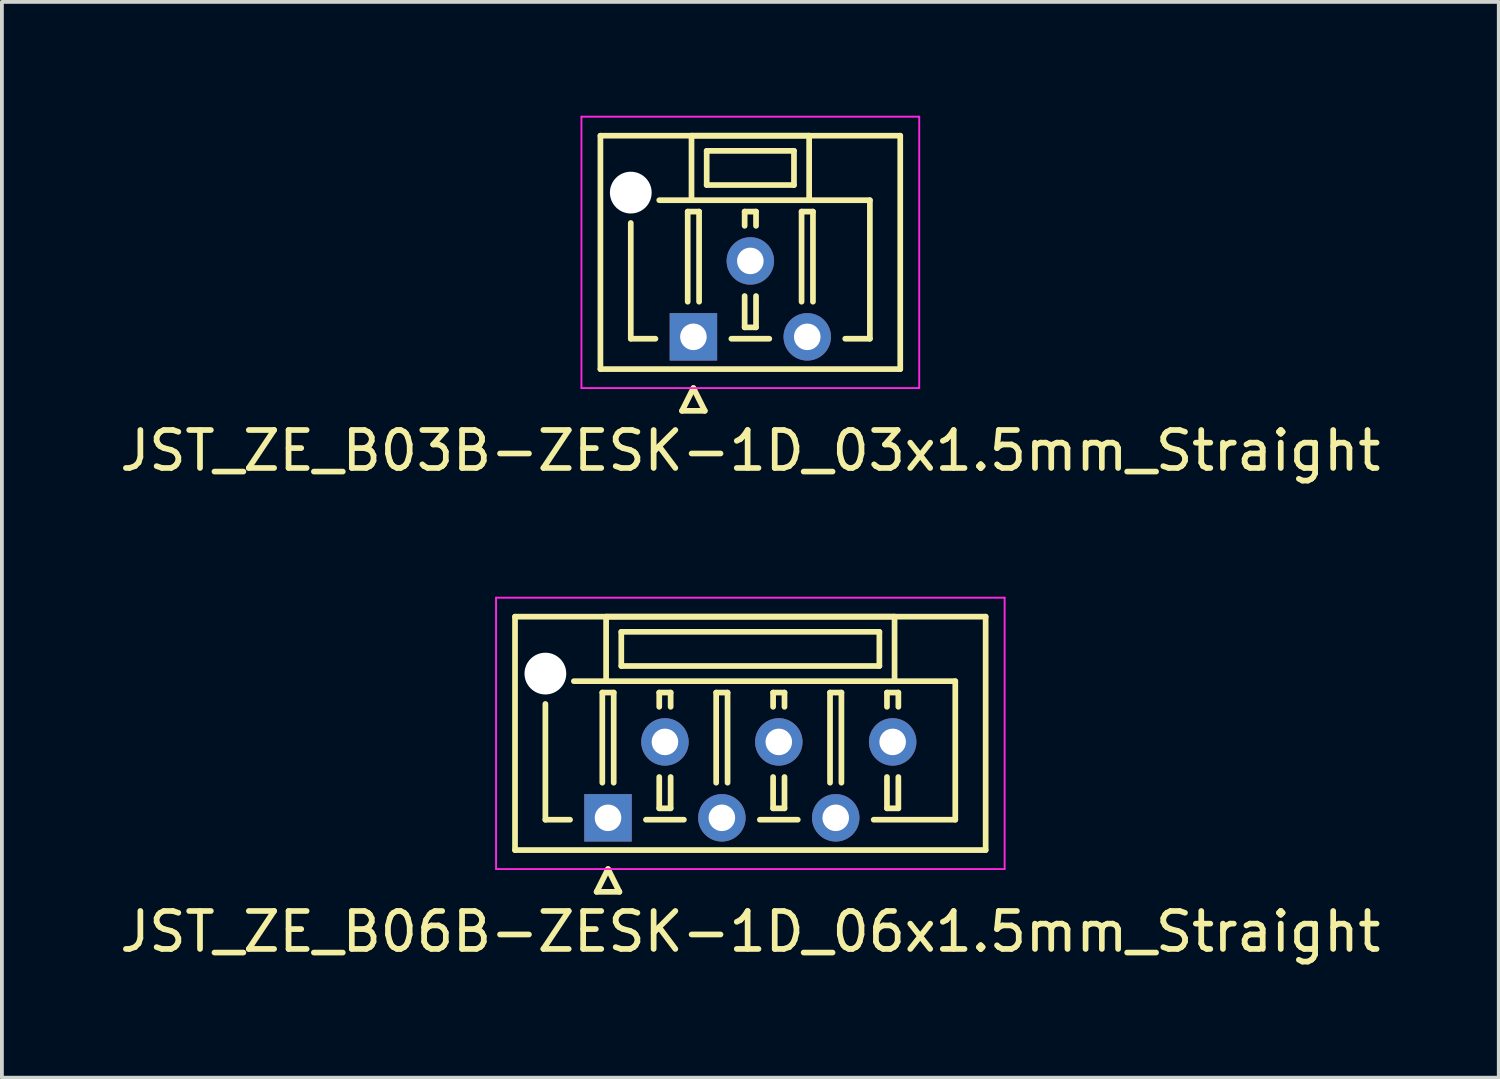
<source format=kicad_pcb>
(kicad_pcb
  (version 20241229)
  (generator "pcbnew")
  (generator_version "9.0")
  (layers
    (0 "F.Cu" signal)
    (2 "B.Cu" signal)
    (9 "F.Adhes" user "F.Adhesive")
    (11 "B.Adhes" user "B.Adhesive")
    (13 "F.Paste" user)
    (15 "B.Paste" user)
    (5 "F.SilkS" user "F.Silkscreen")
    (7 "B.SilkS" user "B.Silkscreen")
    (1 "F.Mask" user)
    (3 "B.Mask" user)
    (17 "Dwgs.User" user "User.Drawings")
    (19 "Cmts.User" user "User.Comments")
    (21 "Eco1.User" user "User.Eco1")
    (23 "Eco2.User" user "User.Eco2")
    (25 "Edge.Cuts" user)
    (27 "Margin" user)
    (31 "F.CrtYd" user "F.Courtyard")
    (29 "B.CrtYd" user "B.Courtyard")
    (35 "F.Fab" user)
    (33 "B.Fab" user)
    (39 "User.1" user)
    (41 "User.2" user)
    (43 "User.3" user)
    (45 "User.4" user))
  (footprint "JST_ZE_B06B-ZESK-1D_06x1.5mm_Straight"
    (layer "F.Cu")
    (at 12.97 18.498)
    (property "Reference" "JST_ZE_B06B-ZESK-1D_06x1.5mm_Straight" (at 3.75 3 0) (layer "F.SilkS") (effects (font (size 1 1) (thickness 0.15))))
    (attr through_hole)
    (fp_line (start -2.45 -5.3) (end -2.45 0.85) (stroke (width 0.15) (type solid)) (layer "F.SilkS"))
    (fp_line (start -2.45 0.85) (end 9.95 0.85) (stroke (width 0.15) (type solid)) (layer "F.SilkS"))
    (fp_line (start -1.65 -3) (end -1.65 0.05) (stroke (width 0.15) (type solid)) (layer "F.SilkS"))
    (fp_line (start -1.65 0.05) (end -1 0.05) (stroke (width 0.15) (type solid)) (layer "F.SilkS"))
    (fp_line (start -0.3 1.95) (end 0 1.35) (stroke (width 0.15) (type solid)) (layer "F.SilkS"))
    (fp_line (start -0.15 -3.3) (end 0.15 -3.3) (stroke (width 0.15) (type solid)) (layer "F.SilkS"))
    (fp_line (start -0.15 -0.925) (end -0.15 -3.3) (stroke (width 0.15) (type solid)) (layer "F.SilkS"))
    (fp_line (start -0.05 -5.3) (end -0.05 -3.6) (stroke (width 0.15) (type solid)) (layer "F.SilkS"))
    (fp_line (start -0.05 -3.6) (end -0.9 -3.6) (stroke (width 0.15) (type solid)) (layer "F.SilkS"))
    (fp_line (start -0.05 -3.6) (end 7.55 -3.6) (stroke (width 0.15) (type solid)) (layer "F.SilkS"))
    (fp_line (start 0 1.35) (end 0.3 1.95) (stroke (width 0.15) (type solid)) (layer "F.SilkS"))
    (fp_line (start 0.15 -3.3) (end 0.15 -0.925) (stroke (width 0.15) (type solid)) (layer "F.SilkS"))
    (fp_line (start 0.3 1.95) (end -0.3 1.95) (stroke (width 0.15) (type solid)) (layer "F.SilkS"))
    (fp_line (start 0.35 -4.9) (end 0.35 -4) (stroke (width 0.15) (type solid)) (layer "F.SilkS"))
    (fp_line (start 0.35 -4) (end 7.15 -4) (stroke (width 0.15) (type solid)) (layer "F.SilkS"))
    (fp_line (start 1 0.05) (end 2 0.05) (stroke (width 0.15) (type solid)) (layer "F.SilkS"))
    (fp_line (start 1.35 -3.3) (end 1.65 -3.3) (stroke (width 0.15) (type solid)) (layer "F.SilkS"))
    (fp_line (start 1.35 -2.925) (end 1.35 -3.3) (stroke (width 0.15) (type solid)) (layer "F.SilkS"))
    (fp_line (start 1.35 -1.075) (end 1.35 -0.25) (stroke (width 0.15) (type solid)) (layer "F.SilkS"))
    (fp_line (start 1.35 -0.25) (end 1.65 -0.25) (stroke (width 0.15) (type solid)) (layer "F.SilkS"))
    (fp_line (start 1.65 -3.3) (end 1.65 -2.925) (stroke (width 0.15) (type solid)) (layer "F.SilkS"))
    (fp_line (start 1.65 -0.25) (end 1.65 -1.075) (stroke (width 0.15) (type solid)) (layer "F.SilkS"))
    (fp_line (start 2.85 -3.3) (end 3.15 -3.3) (stroke (width 0.15) (type solid)) (layer "F.SilkS"))
    (fp_line (start 2.85 -0.925) (end 2.85 -3.3) (stroke (width 0.15) (type solid)) (layer "F.SilkS"))
    (fp_line (start 3.15 -3.3) (end 3.15 -0.925) (stroke (width 0.15) (type solid)) (layer "F.SilkS"))
    (fp_line (start 4 0.05) (end 5 0.05) (stroke (width 0.15) (type solid)) (layer "F.SilkS"))
    (fp_line (start 4.35 -3.3) (end 4.65 -3.3) (stroke (width 0.15) (type solid)) (layer "F.SilkS"))
    (fp_line (start 4.35 -2.925) (end 4.35 -3.3) (stroke (width 0.15) (type solid)) (layer "F.SilkS"))
    (fp_line (start 4.35 -1.075) (end 4.35 -0.25) (stroke (width 0.15) (type solid)) (layer "F.SilkS"))
    (fp_line (start 4.35 -0.25) (end 4.65 -0.25) (stroke (width 0.15) (type solid)) (layer "F.SilkS"))
    (fp_line (start 4.65 -3.3) (end 4.65 -2.925) (stroke (width 0.15) (type solid)) (layer "F.SilkS"))
    (fp_line (start 4.65 -0.25) (end 4.65 -1.075) (stroke (width 0.15) (type solid)) (layer "F.SilkS"))
    (fp_line (start 5.85 -3.3) (end 6.15 -3.3) (stroke (width 0.15) (type solid)) (layer "F.SilkS"))
    (fp_line (start 5.85 -0.925) (end 5.85 -3.3) (stroke (width 0.15) (type solid)) (layer "F.SilkS"))
    (fp_line (start 6.15 -3.3) (end 6.15 -0.925) (stroke (width 0.15) (type solid)) (layer "F.SilkS"))
    (fp_line (start 7.15 -4.9) (end 0.35 -4.9) (stroke (width 0.15) (type solid)) (layer "F.SilkS"))
    (fp_line (start 7.15 -4) (end 7.15 -4.9) (stroke (width 0.15) (type solid)) (layer "F.SilkS"))
    (fp_line (start 7.35 -3.3) (end 7.65 -3.3) (stroke (width 0.15) (type solid)) (layer "F.SilkS"))
    (fp_line (start 7.35 -2.925) (end 7.35 -3.3) (stroke (width 0.15) (type solid)) (layer "F.SilkS"))
    (fp_line (start 7.35 -1.075) (end 7.35 -0.25) (stroke (width 0.15) (type solid)) (layer "F.SilkS"))
    (fp_line (start 7.35 -0.25) (end 7.65 -0.25) (stroke (width 0.15) (type solid)) (layer "F.SilkS"))
    (fp_line (start 7.55 -5.3) (end -0.05 -5.3) (stroke (width 0.15) (type solid)) (layer "F.SilkS"))
    (fp_line (start 7.55 -3.6) (end 7.55 -5.3) (stroke (width 0.15) (type solid)) (layer "F.SilkS"))
    (fp_line (start 7.55 -3.6) (end 9.15 -3.6) (stroke (width 0.15) (type solid)) (layer "F.SilkS"))
    (fp_line (start 7.65 -3.3) (end 7.65 -2.925) (stroke (width 0.15) (type solid)) (layer "F.SilkS"))
    (fp_line (start 7.65 -0.25) (end 7.65 -1.075) (stroke (width 0.15) (type solid)) (layer "F.SilkS"))
    (fp_line (start 9.15 -3.6) (end 9.15 0.05) (stroke (width 0.15) (type solid)) (layer "F.SilkS"))
    (fp_line (start 9.15 0.05) (end 7 0.05) (stroke (width 0.15) (type solid)) (layer "F.SilkS"))
    (fp_line (start 9.95 -5.3) (end -2.45 -5.3) (stroke (width 0.15) (type solid)) (layer "F.SilkS"))
    (fp_line (start 9.95 0.85) (end 9.95 -5.3) (stroke (width 0.15) (type solid)) (layer "F.SilkS"))
    (fp_line (start -2.95 -5.8) (end -2.95 1.35) (stroke (width 0.05) (type solid)) (layer "F.CrtYd"))
    (fp_line (start -2.95 1.35) (end 10.45 1.35) (stroke (width 0.05) (type solid)) (layer "F.CrtYd"))
    (fp_line (start 10.45 -5.8) (end -2.95 -5.8) (stroke (width 0.05) (type solid)) (layer "F.CrtYd"))
    (fp_line (start 10.45 1.35) (end 10.45 -5.8) (stroke (width 0.05) (type solid)) (layer "F.CrtYd"))
    (pad "" np_thru_hole circle (at -1.65 -3.8) (size 1.1 1.1) (drill 1.1) (layers "*.Cu"))
    (pad "1" thru_hole rect (at 0 0) (size 1.25 1.25) (drill 0.7) (layers "*.Cu" "*.Mask"))
    (pad "2" thru_hole circle (at 1.5 -2) (size 1.25 1.25) (drill 0.7) (layers "*.Cu" "*.Mask"))
    (pad "3" thru_hole circle (at 3 0) (size 1.25 1.25) (drill 0.7) (layers "*.Cu" "*.Mask"))
    (pad "4" thru_hole circle (at 4.5 -2) (size 1.25 1.25) (drill 0.7) (layers "*.Cu" "*.Mask"))
    (pad "5" thru_hole circle (at 6 0) (size 1.25 1.25) (drill 0.7) (layers "*.Cu" "*.Mask"))
    (pad "6" thru_hole circle (at 7.5 -2) (size 1.25 1.25) (drill 0.7) (layers "*.Cu" "*.Mask")))
  (footprint "JST_ZE_B03B-ZESK-1D_03x1.5mm_Straight"
    (layer "F.Cu")
    (at 15.22 5.825)
    (property "Reference" "JST_ZE_B03B-ZESK-1D_03x1.5mm_Straight" (at 1.5 3 0) (layer "F.SilkS") (effects (font (size 1 1) (thickness 0.15))))
    (attr through_hole)
    (fp_line (start -2.45 -5.3) (end -2.45 0.85) (stroke (width 0.15) (type solid)) (layer "F.SilkS"))
    (fp_line (start -2.45 0.85) (end 5.45 0.85) (stroke (width 0.15) (type solid)) (layer "F.SilkS"))
    (fp_line (start -1.65 -3) (end -1.65 0.05) (stroke (width 0.15) (type solid)) (layer "F.SilkS"))
    (fp_line (start -1.65 0.05) (end -1 0.05) (stroke (width 0.15) (type solid)) (layer "F.SilkS"))
    (fp_line (start -0.3 1.95) (end 0 1.35) (stroke (width 0.15) (type solid)) (layer "F.SilkS"))
    (fp_line (start -0.15 -3.3) (end 0.15 -3.3) (stroke (width 0.15) (type solid)) (layer "F.SilkS"))
    (fp_line (start -0.15 -0.925) (end -0.15 -3.3) (stroke (width 0.15) (type solid)) (layer "F.SilkS"))
    (fp_line (start -0.05 -5.3) (end -0.05 -3.6) (stroke (width 0.15) (type solid)) (layer "F.SilkS"))
    (fp_line (start -0.05 -3.6) (end -0.9 -3.6) (stroke (width 0.15) (type solid)) (layer "F.SilkS"))
    (fp_line (start -0.05 -3.6) (end 3.05 -3.6) (stroke (width 0.15) (type solid)) (layer "F.SilkS"))
    (fp_line (start 0 1.35) (end 0.3 1.95) (stroke (width 0.15) (type solid)) (layer "F.SilkS"))
    (fp_line (start 0.15 -3.3) (end 0.15 -0.925) (stroke (width 0.15) (type solid)) (layer "F.SilkS"))
    (fp_line (start 0.3 1.95) (end -0.3 1.95) (stroke (width 0.15) (type solid)) (layer "F.SilkS"))
    (fp_line (start 0.35 -4.9) (end 0.35 -4) (stroke (width 0.15) (type solid)) (layer "F.SilkS"))
    (fp_line (start 0.35 -4) (end 2.65 -4) (stroke (width 0.15) (type solid)) (layer "F.SilkS"))
    (fp_line (start 1 0.05) (end 2 0.05) (stroke (width 0.15) (type solid)) (layer "F.SilkS"))
    (fp_line (start 1.35 -3.3) (end 1.65 -3.3) (stroke (width 0.15) (type solid)) (layer "F.SilkS"))
    (fp_line (start 1.35 -2.925) (end 1.35 -3.3) (stroke (width 0.15) (type solid)) (layer "F.SilkS"))
    (fp_line (start 1.35 -1.075) (end 1.35 -0.25) (stroke (width 0.15) (type solid)) (layer "F.SilkS"))
    (fp_line (start 1.35 -0.25) (end 1.65 -0.25) (stroke (width 0.15) (type solid)) (layer "F.SilkS"))
    (fp_line (start 1.65 -3.3) (end 1.65 -2.925) (stroke (width 0.15) (type solid)) (layer "F.SilkS"))
    (fp_line (start 1.65 -0.25) (end 1.65 -1.075) (stroke (width 0.15) (type solid)) (layer "F.SilkS"))
    (fp_line (start 2.65 -4.9) (end 0.35 -4.9) (stroke (width 0.15) (type solid)) (layer "F.SilkS"))
    (fp_line (start 2.65 -4) (end 2.65 -4.9) (stroke (width 0.15) (type solid)) (layer "F.SilkS"))
    (fp_line (start 2.85 -3.3) (end 3.15 -3.3) (stroke (width 0.15) (type solid)) (layer "F.SilkS"))
    (fp_line (start 2.85 -0.925) (end 2.85 -3.3) (stroke (width 0.15) (type solid)) (layer "F.SilkS"))
    (fp_line (start 3.05 -5.3) (end -0.05 -5.3) (stroke (width 0.15) (type solid)) (layer "F.SilkS"))
    (fp_line (start 3.05 -3.6) (end 3.05 -5.3) (stroke (width 0.15) (type solid)) (layer "F.SilkS"))
    (fp_line (start 3.05 -3.6) (end 4.65 -3.6) (stroke (width 0.15) (type solid)) (layer "F.SilkS"))
    (fp_line (start 3.15 -3.3) (end 3.15 -0.925) (stroke (width 0.15) (type solid)) (layer "F.SilkS"))
    (fp_line (start 4.65 -3.6) (end 4.65 0.05) (stroke (width 0.15) (type solid)) (layer "F.SilkS"))
    (fp_line (start 4.65 0.05) (end 4 0.05) (stroke (width 0.15) (type solid)) (layer "F.SilkS"))
    (fp_line (start 5.45 -5.3) (end -2.45 -5.3) (stroke (width 0.15) (type solid)) (layer "F.SilkS"))
    (fp_line (start 5.45 0.85) (end 5.45 -5.3) (stroke (width 0.15) (type solid)) (layer "F.SilkS"))
    (fp_line (start -2.95 -5.8) (end -2.95 1.35) (stroke (width 0.05) (type solid)) (layer "F.CrtYd"))
    (fp_line (start -2.95 1.35) (end 5.95 1.35) (stroke (width 0.05) (type solid)) (layer "F.CrtYd"))
    (fp_line (start 5.95 -5.8) (end -2.95 -5.8) (stroke (width 0.05) (type solid)) (layer "F.CrtYd"))
    (fp_line (start 5.95 1.35) (end 5.95 -5.8) (stroke (width 0.05) (type solid)) (layer "F.CrtYd"))
    (pad "" np_thru_hole circle (at -1.65 -3.8) (size 1.1 1.1) (drill 1.1) (layers "*.Cu"))
    (pad "1" thru_hole rect (at 0 0) (size 1.25 1.25) (drill 0.7) (layers "*.Cu" "*.Mask"))
    (pad "2" thru_hole circle (at 1.5 -2) (size 1.25 1.25) (drill 0.7) (layers "*.Cu" "*.Mask"))
    (pad "3" thru_hole circle (at 3 0) (size 1.25 1.25) (drill 0.7) (layers "*.Cu" "*.Mask")))
  (gr_rect
    (start -3 -3)
    (end 36.44 25.346)
    (stroke (width 0.1) (type default))
    (fill no)
    (layer "Edge.Cuts")))
</source>
